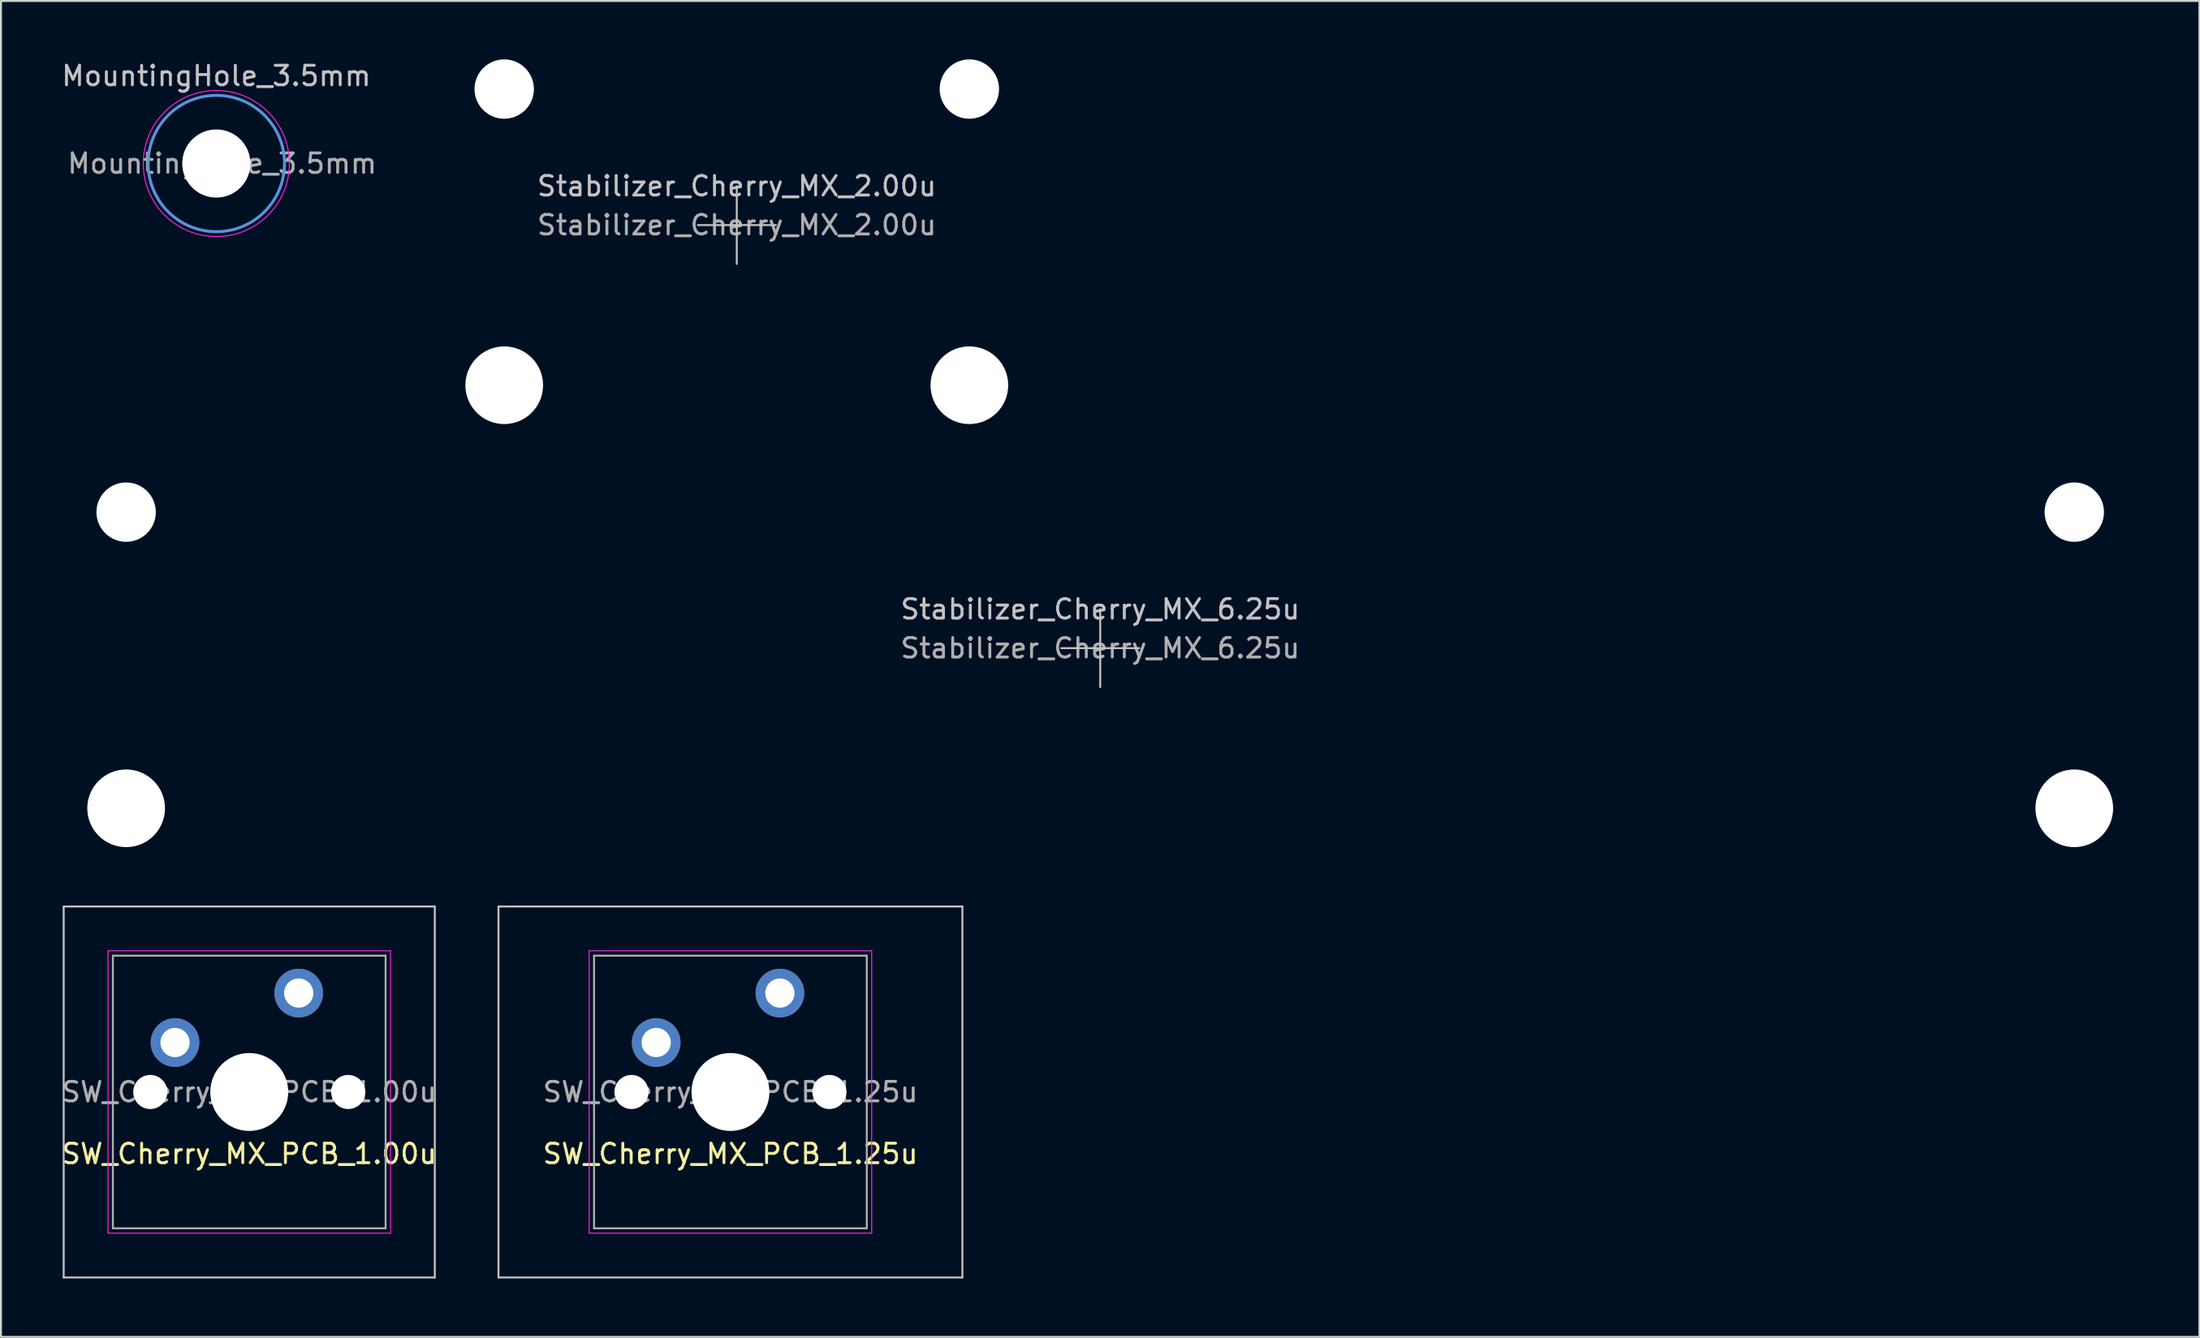
<source format=kicad_pcb>
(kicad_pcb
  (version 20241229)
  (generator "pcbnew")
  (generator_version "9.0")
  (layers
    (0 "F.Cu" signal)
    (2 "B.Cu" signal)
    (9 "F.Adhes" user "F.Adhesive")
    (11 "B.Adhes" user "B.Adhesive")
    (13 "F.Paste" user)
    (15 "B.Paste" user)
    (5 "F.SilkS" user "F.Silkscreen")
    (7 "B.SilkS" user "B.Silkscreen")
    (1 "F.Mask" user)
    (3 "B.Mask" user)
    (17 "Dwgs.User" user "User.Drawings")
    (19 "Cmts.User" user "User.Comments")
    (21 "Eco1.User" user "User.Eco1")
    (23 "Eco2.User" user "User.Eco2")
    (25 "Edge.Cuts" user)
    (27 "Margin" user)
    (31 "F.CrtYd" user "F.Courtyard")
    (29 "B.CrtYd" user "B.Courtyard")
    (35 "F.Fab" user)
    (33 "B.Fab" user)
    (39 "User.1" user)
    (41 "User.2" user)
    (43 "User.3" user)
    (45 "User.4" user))
  (footprint "Stabilizer_Cherry_MX_6.25u"
    (layer "F.Cu")
    (at 53.425 30.237)
    (property "Reference" "Stabilizer_Cherry_MX_6.25u" (at 0 -2 0) (layer "Dwgs.User") (effects (font (size 1 1) (thickness 0.15))))
    (attr exclude_from_pos_files exclude_from_bom)
    (fp_line (start -2 0) (end 2 0) (stroke (width 0.1) (type solid)) (layer "Dwgs.User"))
    (fp_line (start 0 2) (end 0 -2) (stroke (width 0.1) (type solid)) (layer "Dwgs.User"))
    (fp_line (start -53.375 -5.53) (end -53.375 6.77) (stroke (width 0.1) (type solid)) (layer "Eco1.User"))
    (fp_line (start -53.375 6.77) (end -46.625 6.77) (stroke (width 0.1) (type solid)) (layer "Eco1.User"))
    (fp_line (start -46.625 -5.53) (end -53.375 -5.53) (stroke (width 0.1) (type solid)) (layer "Eco1.User"))
    (fp_line (start -46.625 6.77) (end -46.625 -5.53) (stroke (width 0.1) (type solid)) (layer "Eco1.User"))
    (fp_line (start 46.625 -5.53) (end 46.625 6.77) (stroke (width 0.1) (type solid)) (layer "Eco1.User"))
    (fp_line (start 46.625 6.77) (end 53.375 6.77) (stroke (width 0.1) (type solid)) (layer "Eco1.User"))
    (fp_line (start 53.375 -5.53) (end 46.625 -5.53) (stroke (width 0.1) (type solid)) (layer "Eco1.User"))
    (fp_line (start 53.375 6.77) (end 53.375 -5.53) (stroke (width 0.1) (type solid)) (layer "Eco1.User"))
    (fp_text user "${REFERENCE}" (at 0 0 0) (layer "F.Fab") (effects (font (size 1 1) (thickness 0.15))))
    (pad "" np_thru_hole circle (at -50 -6.985) (size 3.048 3.048) (drill 3.048) (layers "*.Cu" "*.Mask"))
    (pad "" np_thru_hole circle (at -50 8.225) (size 3.988 3.988) (drill 3.988) (layers "*.Cu" "*.Mask"))
    (pad "" np_thru_hole circle (at 50 -6.985) (size 3.048 3.048) (drill 3.048) (layers "*.Cu" "*.Mask"))
    (pad "" np_thru_hole circle (at 50 8.225) (size 3.988 3.988) (drill 3.988) (layers "*.Cu" "*.Mask")))
  (footprint "Stabilizer_Cherry_MX_2.00u"
    (layer "F.Cu")
    (at 34.77 8.509)
    (property "Reference" "Stabilizer_Cherry_MX_2.00u" (at 0 -2 0) (layer "Dwgs.User") (effects (font (size 1 1) (thickness 0.15))))
    (attr exclude_from_pos_files exclude_from_bom)
    (fp_line (start -2 0) (end 2 0) (stroke (width 0.1) (type solid)) (layer "Dwgs.User"))
    (fp_line (start 0 2) (end 0 -2) (stroke (width 0.1) (type solid)) (layer "Dwgs.User"))
    (fp_line (start -15.313 -5.53) (end -15.313 6.77) (stroke (width 0.1) (type solid)) (layer "Eco1.User"))
    (fp_line (start -15.313 6.77) (end -8.563 6.77) (stroke (width 0.1) (type solid)) (layer "Eco1.User"))
    (fp_line (start -8.563 -5.53) (end -15.313 -5.53) (stroke (width 0.1) (type solid)) (layer "Eco1.User"))
    (fp_line (start -8.563 6.77) (end -8.563 -5.53) (stroke (width 0.1) (type solid)) (layer "Eco1.User"))
    (fp_line (start 8.563 -5.53) (end 8.563 6.77) (stroke (width 0.1) (type solid)) (layer "Eco1.User"))
    (fp_line (start 8.563 6.77) (end 15.313 6.77) (stroke (width 0.1) (type solid)) (layer "Eco1.User"))
    (fp_line (start 15.313 -5.53) (end 8.563 -5.53) (stroke (width 0.1) (type solid)) (layer "Eco1.User"))
    (fp_line (start 15.313 6.77) (end 15.313 -5.53) (stroke (width 0.1) (type solid)) (layer "Eco1.User"))
    (fp_text user "${REFERENCE}" (at 0 0 0) (layer "F.Fab") (effects (font (size 1 1) (thickness 0.15))))
    (pad "" np_thru_hole circle (at -11.938 -6.985) (size 3.048 3.048) (drill 3.048) (layers "*.Cu" "*.Mask"))
    (pad "" np_thru_hole circle (at -11.938 8.225) (size 3.988 3.988) (drill 3.988) (layers "*.Cu" "*.Mask"))
    (pad "" np_thru_hole circle (at 11.938 -6.985) (size 3.048 3.048) (drill 3.048) (layers "*.Cu" "*.Mask"))
    (pad "" np_thru_hole circle (at 11.938 8.225) (size 3.988 3.988) (drill 3.988) (layers "*.Cu" "*.Mask")))
  (footprint "SW_Cherry_MX_PCB_1.00u"
    (layer "F.Cu")
    (at 9.744 53.031)
    (property "Reference" "SW_Cherry_MX_PCB_1.00u" (at 0 3.175 0) (layer "F.SilkS") (effects (font (size 1 1) (thickness 0.15))))
    (attr through_hole)
    (fp_line (start -9.525 -9.525) (end -9.525 9.525) (stroke (width 0.1) (type solid)) (layer "Dwgs.User"))
    (fp_line (start -9.525 9.525) (end 9.525 9.525) (stroke (width 0.1) (type solid)) (layer "Dwgs.User"))
    (fp_line (start 9.525 -9.525) (end -9.525 -9.525) (stroke (width 0.1) (type solid)) (layer "Dwgs.User"))
    (fp_line (start 9.525 9.525) (end 9.525 -9.525) (stroke (width 0.1) (type solid)) (layer "Dwgs.User"))
    (fp_line (start -7 -7) (end -7 7) (stroke (width 0.1) (type solid)) (layer "Eco1.User"))
    (fp_line (start -7 7) (end 7 7) (stroke (width 0.1) (type solid)) (layer "Eco1.User"))
    (fp_line (start 7 -7) (end -7 -7) (stroke (width 0.1) (type solid)) (layer "Eco1.User"))
    (fp_line (start 7 7) (end 7 -7) (stroke (width 0.1) (type solid)) (layer "Eco1.User"))
    (fp_line (start -7.25 -7.25) (end -7.25 7.25) (stroke (width 0.05) (type solid)) (layer "F.CrtYd"))
    (fp_line (start -7.25 7.25) (end 7.25 7.25) (stroke (width 0.05) (type solid)) (layer "F.CrtYd"))
    (fp_line (start 7.25 -7.25) (end -7.25 -7.25) (stroke (width 0.05) (type solid)) (layer "F.CrtYd"))
    (fp_line (start 7.25 7.25) (end 7.25 -7.25) (stroke (width 0.05) (type solid)) (layer "F.CrtYd"))
    (fp_line (start -7 -7) (end -7 7) (stroke (width 0.1) (type solid)) (layer "F.Fab"))
    (fp_line (start -7 7) (end 7 7) (stroke (width 0.1) (type solid)) (layer "F.Fab"))
    (fp_line (start 7 -7) (end -7 -7) (stroke (width 0.1) (type solid)) (layer "F.Fab"))
    (fp_line (start 7 7) (end 7 -7) (stroke (width 0.1) (type solid)) (layer "F.Fab"))
    (fp_text user "${REFERENCE}" (at 0 0 0) (layer "F.Fab") (effects (font (size 1 1) (thickness 0.15))))
    (pad "" np_thru_hole circle (at -5.08 0) (size 1.75 1.75) (drill 1.75) (layers "*.Cu" "*.Mask"))
    (pad "" smd circle (at -3.81 -2.54) (size 1.55 1.55) (layers "F.Mask"))
    (pad "" np_thru_hole circle (at 0 0) (size 4 4) (drill 4) (layers "*.Cu" "*.Mask"))
    (pad "" smd circle (at 2.54 -5.08) (size 1.55 1.55) (layers "F.Mask"))
    (pad "" np_thru_hole circle (at 5.08 0) (size 1.75 1.75) (drill 1.75) (layers "*.Cu" "*.Mask"))
    (pad "1" thru_hole circle (at -3.81 -2.54) (size 2.5 2.5) (drill 1.5) (layers "*.Cu" "B.Mask"))
    (pad "2" thru_hole circle (at 2.54 -5.08) (size 2.5 2.5) (drill 1.5) (layers "*.Cu" "B.Mask")))
  (footprint "SW_Cherry_MX_PCB_1.25u"
    (layer "F.Cu")
    (at 34.444 53.031)
    (property "Reference" "SW_Cherry_MX_PCB_1.25u" (at 0 3.175 0) (layer "F.SilkS") (effects (font (size 1 1) (thickness 0.15))))
    (attr through_hole)
    (fp_line (start -11.906 -9.525) (end -11.906 9.525) (stroke (width 0.1) (type solid)) (layer "Dwgs.User"))
    (fp_line (start -11.906 9.525) (end 11.906 9.525) (stroke (width 0.1) (type solid)) (layer "Dwgs.User"))
    (fp_line (start 11.906 -9.525) (end -11.906 -9.525) (stroke (width 0.1) (type solid)) (layer "Dwgs.User"))
    (fp_line (start 11.906 9.525) (end 11.906 -9.525) (stroke (width 0.1) (type solid)) (layer "Dwgs.User"))
    (fp_line (start -7 -7) (end -7 7) (stroke (width 0.1) (type solid)) (layer "Eco1.User"))
    (fp_line (start -7 7) (end 7 7) (stroke (width 0.1) (type solid)) (layer "Eco1.User"))
    (fp_line (start 7 -7) (end -7 -7) (stroke (width 0.1) (type solid)) (layer "Eco1.User"))
    (fp_line (start 7 7) (end 7 -7) (stroke (width 0.1) (type solid)) (layer "Eco1.User"))
    (fp_line (start -7.25 -7.25) (end -7.25 7.25) (stroke (width 0.05) (type solid)) (layer "F.CrtYd"))
    (fp_line (start -7.25 7.25) (end 7.25 7.25) (stroke (width 0.05) (type solid)) (layer "F.CrtYd"))
    (fp_line (start 7.25 -7.25) (end -7.25 -7.25) (stroke (width 0.05) (type solid)) (layer "F.CrtYd"))
    (fp_line (start 7.25 7.25) (end 7.25 -7.25) (stroke (width 0.05) (type solid)) (layer "F.CrtYd"))
    (fp_line (start -7 -7) (end -7 7) (stroke (width 0.1) (type solid)) (layer "F.Fab"))
    (fp_line (start -7 7) (end 7 7) (stroke (width 0.1) (type solid)) (layer "F.Fab"))
    (fp_line (start 7 -7) (end -7 -7) (stroke (width 0.1) (type solid)) (layer "F.Fab"))
    (fp_line (start 7 7) (end 7 -7) (stroke (width 0.1) (type solid)) (layer "F.Fab"))
    (fp_text user "${REFERENCE}" (at 0 0 0) (layer "F.Fab") (effects (font (size 1 1) (thickness 0.15))))
    (pad "" np_thru_hole circle (at -5.08 0) (size 1.75 1.75) (drill 1.75) (layers "*.Cu" "*.Mask"))
    (pad "" smd circle (at -3.81 -2.54) (size 1.55 1.55) (layers "F.Mask"))
    (pad "" np_thru_hole circle (at 0 0) (size 4 4) (drill 4) (layers "*.Cu" "*.Mask"))
    (pad "" smd circle (at 2.54 -5.08) (size 1.55 1.55) (layers "F.Mask"))
    (pad "" np_thru_hole circle (at 5.08 0) (size 1.75 1.75) (drill 1.75) (layers "*.Cu" "*.Mask"))
    (pad "1" thru_hole circle (at -3.81 -2.54) (size 2.5 2.5) (drill 1.5) (layers "*.Cu" "B.Mask"))
    (pad "2" thru_hole circle (at 2.54 -5.08) (size 2.5 2.5) (drill 1.5) (layers "*.Cu" "B.Mask")))
  (footprint "MountingHole_3.5mm"
    (layer "F.Cu")
    (at 8.054 5.348)
    (property "Reference" "MountingHole_3.5mm" (at 0 -4.5 0) (layer "Dwgs.User") (effects (font (size 1 1) (thickness 0.15))))
    (attr exclude_from_pos_files exclude_from_bom)
    (fp_circle (center 0 0) (end 3.5 0) (stroke (width 0.15) (type solid)) (fill no) (layer "Cmts.User"))
    (fp_circle (center 0 0) (end 3.75 0) (stroke (width 0.05) (type solid)) (fill no) (layer "F.CrtYd"))
    (fp_text user "${REFERENCE}" (at 0.3 0 0) (layer "F.Fab") (effects (font (size 1 1) (thickness 0.15))))
    (pad "" np_thru_hole circle (at 0 0) (size 3.5 3.5) (drill 3.5) (layers "*.Cu" "*.Mask")))
  (gr_rect
    (start -3 -3)
    (end 109.85 65.606)
    (stroke (width 0.1) (type default))
    (fill no)
    (layer "Edge.Cuts")))
</source>
